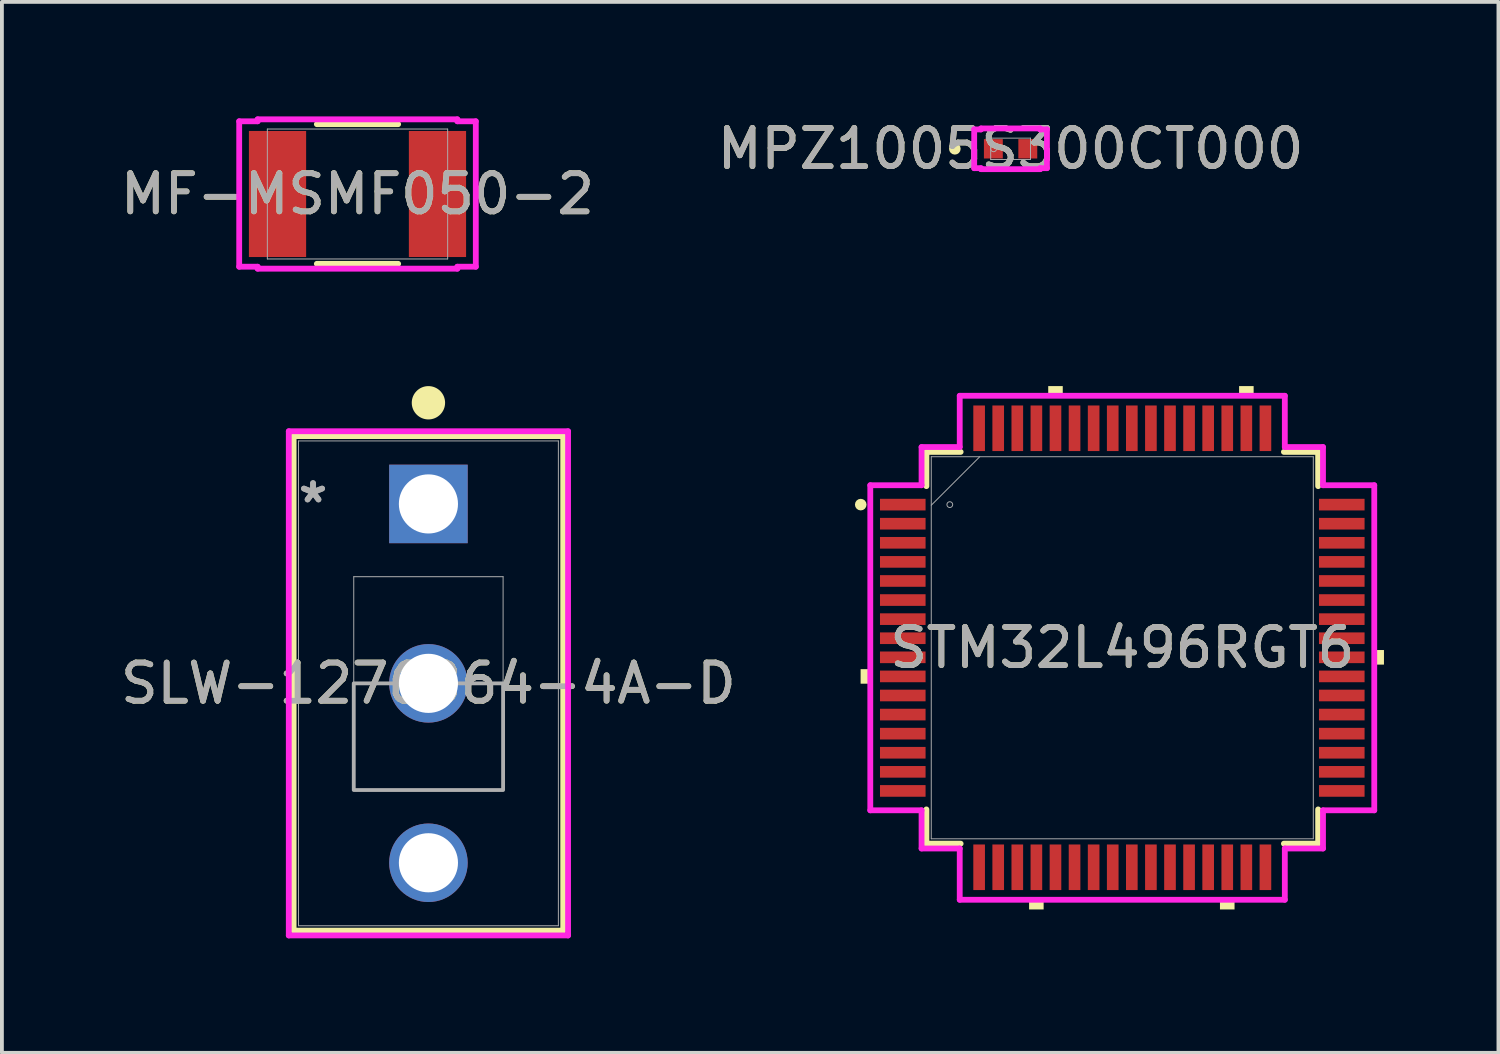
<source format=kicad_pcb>
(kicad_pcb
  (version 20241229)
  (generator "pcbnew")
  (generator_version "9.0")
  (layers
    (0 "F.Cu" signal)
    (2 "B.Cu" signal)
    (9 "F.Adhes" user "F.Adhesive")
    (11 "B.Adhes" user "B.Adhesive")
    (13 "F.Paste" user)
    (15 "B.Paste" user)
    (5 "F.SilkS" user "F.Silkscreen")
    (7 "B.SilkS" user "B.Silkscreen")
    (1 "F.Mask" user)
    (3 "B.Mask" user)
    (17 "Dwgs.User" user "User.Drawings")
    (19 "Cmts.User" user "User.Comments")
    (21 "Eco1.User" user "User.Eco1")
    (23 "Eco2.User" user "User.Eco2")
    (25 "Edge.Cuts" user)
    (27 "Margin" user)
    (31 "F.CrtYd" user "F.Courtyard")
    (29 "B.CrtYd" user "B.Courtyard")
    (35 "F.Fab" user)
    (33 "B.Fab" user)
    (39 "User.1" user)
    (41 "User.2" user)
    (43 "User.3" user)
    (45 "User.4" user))
  (footprint "STM32L496RGT6"
    (layer "F.Cu")
    (at 26.349 13.919)
    (property "Reference" "STM32L496RGT6" (at 0 0 0) (unlocked yes) (layer "F.SilkS") (effects (font (size 1 1) (thickness 0.15))))
    (attr smd)
    (fp_line (start -5.131 -5.131) (end -5.131 -4.234) (stroke (width 0.152) (type solid)) (layer "F.SilkS"))
    (fp_line (start -5.131 4.234) (end -5.131 5.131) (stroke (width 0.152) (type solid)) (layer "F.SilkS"))
    (fp_line (start -5.131 5.131) (end -4.234 5.131) (stroke (width 0.152) (type solid)) (layer "F.SilkS"))
    (fp_line (start -4.234 -5.131) (end -5.131 -5.131) (stroke (width 0.152) (type solid)) (layer "F.SilkS"))
    (fp_line (start 4.234 5.131) (end 5.131 5.131) (stroke (width 0.152) (type solid)) (layer "F.SilkS"))
    (fp_line (start 5.131 -5.131) (end 4.234 -5.131) (stroke (width 0.152) (type solid)) (layer "F.SilkS"))
    (fp_line (start 5.131 -4.234) (end 5.131 -5.131) (stroke (width 0.152) (type solid)) (layer "F.SilkS"))
    (fp_line (start 5.131 5.131) (end 5.131 4.234) (stroke (width 0.152) (type solid)) (layer "F.SilkS"))
    (fp_circle (center -6.851 -3.75) (end -6.775 -3.75) (stroke (width 0.152) (type solid)) (fill no) (layer "F.SilkS"))
    (fp_poly (pts (xy -6.855 0.56) (xy -6.855 0.941) (xy -6.601 0.941) (xy -6.601 0.56)) (stroke (width 0) (type solid)) (fill yes) (layer "F.SilkS"))
    (fp_poly (pts (xy -2.441 6.601) (xy -2.441 6.855) (xy -2.06 6.855) (xy -2.06 6.601)) (stroke (width 0) (type solid)) (fill yes) (layer "F.SilkS"))
    (fp_poly (pts (xy -1.94 -6.601) (xy -1.94 -6.855) (xy -1.559 -6.855) (xy -1.559 -6.601)) (stroke (width 0) (type solid)) (fill yes) (layer "F.SilkS"))
    (fp_poly (pts (xy 2.559 6.601) (xy 2.559 6.855) (xy 2.941 6.855) (xy 2.941 6.601)) (stroke (width 0) (type solid)) (fill yes) (layer "F.SilkS"))
    (fp_poly (pts (xy 3.06 -6.601) (xy 3.06 -6.855) (xy 3.441 -6.855) (xy 3.441 -6.601)) (stroke (width 0) (type solid)) (fill yes) (layer "F.SilkS"))
    (fp_poly (pts (xy 6.855 0.059) (xy 6.855 0.441) (xy 6.601 0.441) (xy 6.601 0.059)) (stroke (width 0) (type solid)) (fill yes) (layer "F.SilkS"))
    (fp_line (start -6.601 -4.258) (end -5.258 -4.258) (stroke (width 0.152) (type solid)) (layer "F.CrtYd"))
    (fp_line (start -6.601 4.258) (end -6.601 -4.258) (stroke (width 0.152) (type solid)) (layer "F.CrtYd"))
    (fp_line (start -5.258 -5.258) (end -4.258 -5.258) (stroke (width 0.152) (type solid)) (layer "F.CrtYd"))
    (fp_line (start -5.258 -4.258) (end -5.258 -5.258) (stroke (width 0.152) (type solid)) (layer "F.CrtYd"))
    (fp_line (start -5.258 4.258) (end -6.601 4.258) (stroke (width 0.152) (type solid)) (layer "F.CrtYd"))
    (fp_line (start -5.258 5.258) (end -5.258 4.258) (stroke (width 0.152) (type solid)) (layer "F.CrtYd"))
    (fp_line (start -4.258 -6.601) (end 4.258 -6.601) (stroke (width 0.152) (type solid)) (layer "F.CrtYd"))
    (fp_line (start -4.258 -5.258) (end -4.258 -6.601) (stroke (width 0.152) (type solid)) (layer "F.CrtYd"))
    (fp_line (start -4.258 5.258) (end -5.258 5.258) (stroke (width 0.152) (type solid)) (layer "F.CrtYd"))
    (fp_line (start -4.258 6.601) (end -4.258 5.258) (stroke (width 0.152) (type solid)) (layer "F.CrtYd"))
    (fp_line (start 4.258 -6.601) (end 4.258 -5.258) (stroke (width 0.152) (type solid)) (layer "F.CrtYd"))
    (fp_line (start 4.258 -5.258) (end 5.258 -5.258) (stroke (width 0.152) (type solid)) (layer "F.CrtYd"))
    (fp_line (start 4.258 5.258) (end 4.258 6.601) (stroke (width 0.152) (type solid)) (layer "F.CrtYd"))
    (fp_line (start 4.258 6.601) (end -4.258 6.601) (stroke (width 0.152) (type solid)) (layer "F.CrtYd"))
    (fp_line (start 5.258 -5.258) (end 5.258 -4.258) (stroke (width 0.152) (type solid)) (layer "F.CrtYd"))
    (fp_line (start 5.258 -4.258) (end 6.601 -4.258) (stroke (width 0.152) (type solid)) (layer "F.CrtYd"))
    (fp_line (start 5.258 4.258) (end 5.258 5.258) (stroke (width 0.152) (type solid)) (layer "F.CrtYd"))
    (fp_line (start 5.258 5.258) (end 4.258 5.258) (stroke (width 0.152) (type solid)) (layer "F.CrtYd"))
    (fp_line (start 6.601 -4.258) (end 6.601 4.258) (stroke (width 0.152) (type solid)) (layer "F.CrtYd"))
    (fp_line (start 6.601 4.258) (end 5.258 4.258) (stroke (width 0.152) (type solid)) (layer "F.CrtYd"))
    (fp_line (start -5.004 -5.004) (end -5.004 5.004) (stroke (width 0.025) (type solid)) (layer "F.Fab"))
    (fp_line (start -5.004 -3.734) (end -3.734 -5.004) (stroke (width 0.025) (type solid)) (layer "F.Fab"))
    (fp_line (start -5.004 5.004) (end 5.004 5.004) (stroke (width 0.025) (type solid)) (layer "F.Fab"))
    (fp_line (start 5.004 -5.004) (end -5.004 -5.004) (stroke (width 0.025) (type solid)) (layer "F.Fab"))
    (fp_line (start 5.004 5.004) (end 5.004 -5.004) (stroke (width 0.025) (type solid)) (layer "F.Fab"))
    (fp_circle (center -4.518 -3.75) (end -4.442 -3.75) (stroke (width 0.025) (type solid)) (fill no) (layer "F.Fab"))
    (fp_text user "${REFERENCE}" (at 0 0 0) (unlocked yes) (layer "F.Fab") (effects (font (size 1 1) (thickness 0.15))))
    (pad "1" smd rect (at -5.75 -3.75) (size 1.194 0.305) (layers "F.Cu" "F.Mask" "F.Paste"))
    (pad "2" smd rect (at -5.75 -3.25) (size 1.194 0.305) (layers "F.Cu" "F.Mask" "F.Paste"))
    (pad "3" smd rect (at -5.75 -2.75) (size 1.194 0.305) (layers "F.Cu" "F.Mask" "F.Paste"))
    (pad "4" smd rect (at -5.75 -2.25) (size 1.194 0.305) (layers "F.Cu" "F.Mask" "F.Paste"))
    (pad "5" smd rect (at -5.75 -1.75) (size 1.194 0.305) (layers "F.Cu" "F.Mask" "F.Paste"))
    (pad "6" smd rect (at -5.75 -1.25) (size 1.194 0.305) (layers "F.Cu" "F.Mask" "F.Paste"))
    (pad "7" smd rect (at -5.75 -0.75) (size 1.194 0.305) (layers "F.Cu" "F.Mask" "F.Paste"))
    (pad "8" smd rect (at -5.75 -0.25) (size 1.194 0.305) (layers "F.Cu" "F.Mask" "F.Paste"))
    (pad "9" smd rect (at -5.75 0.25) (size 1.194 0.305) (layers "F.Cu" "F.Mask" "F.Paste"))
    (pad "10" smd rect (at -5.75 0.75) (size 1.194 0.305) (layers "F.Cu" "F.Mask" "F.Paste"))
    (pad "11" smd rect (at -5.75 1.25) (size 1.194 0.305) (layers "F.Cu" "F.Mask" "F.Paste"))
    (pad "12" smd rect (at -5.75 1.75) (size 1.194 0.305) (layers "F.Cu" "F.Mask" "F.Paste"))
    (pad "13" smd rect (at -5.75 2.25) (size 1.194 0.305) (layers "F.Cu" "F.Mask" "F.Paste"))
    (pad "14" smd rect (at -5.75 2.75) (size 1.194 0.305) (layers "F.Cu" "F.Mask" "F.Paste"))
    (pad "15" smd rect (at -5.75 3.25) (size 1.194 0.305) (layers "F.Cu" "F.Mask" "F.Paste"))
    (pad "16" smd rect (at -5.75 3.75) (size 1.194 0.305) (layers "F.Cu" "F.Mask" "F.Paste"))
    (pad "17" smd rect (at -3.75 5.75 90) (size 1.194 0.305) (layers "F.Cu" "F.Mask" "F.Paste"))
    (pad "18" smd rect (at -3.25 5.75 90) (size 1.194 0.305) (layers "F.Cu" "F.Mask" "F.Paste"))
    (pad "19" smd rect (at -2.75 5.75 90) (size 1.194 0.305) (layers "F.Cu" "F.Mask" "F.Paste"))
    (pad "20" smd rect (at -2.25 5.75 90) (size 1.194 0.305) (layers "F.Cu" "F.Mask" "F.Paste"))
    (pad "21" smd rect (at -1.75 5.75 90) (size 1.194 0.305) (layers "F.Cu" "F.Mask" "F.Paste"))
    (pad "22" smd rect (at -1.25 5.75 90) (size 1.194 0.305) (layers "F.Cu" "F.Mask" "F.Paste"))
    (pad "23" smd rect (at -0.75 5.75 90) (size 1.194 0.305) (layers "F.Cu" "F.Mask" "F.Paste"))
    (pad "24" smd rect (at -0.25 5.75 90) (size 1.194 0.305) (layers "F.Cu" "F.Mask" "F.Paste"))
    (pad "25" smd rect (at 0.25 5.75 90) (size 1.194 0.305) (layers "F.Cu" "F.Mask" "F.Paste"))
    (pad "26" smd rect (at 0.75 5.75 90) (size 1.194 0.305) (layers "F.Cu" "F.Mask" "F.Paste"))
    (pad "27" smd rect (at 1.25 5.75 90) (size 1.194 0.305) (layers "F.Cu" "F.Mask" "F.Paste"))
    (pad "28" smd rect (at 1.75 5.75 90) (size 1.194 0.305) (layers "F.Cu" "F.Mask" "F.Paste"))
    (pad "29" smd rect (at 2.25 5.75 90) (size 1.194 0.305) (layers "F.Cu" "F.Mask" "F.Paste"))
    (pad "30" smd rect (at 2.75 5.75 90) (size 1.194 0.305) (layers "F.Cu" "F.Mask" "F.Paste"))
    (pad "31" smd rect (at 3.25 5.75 90) (size 1.194 0.305) (layers "F.Cu" "F.Mask" "F.Paste"))
    (pad "32" smd rect (at 3.75 5.75 90) (size 1.194 0.305) (layers "F.Cu" "F.Mask" "F.Paste"))
    (pad "33" smd rect (at 5.75 3.75) (size 1.194 0.305) (layers "F.Cu" "F.Mask" "F.Paste"))
    (pad "34" smd rect (at 5.75 3.25) (size 1.194 0.305) (layers "F.Cu" "F.Mask" "F.Paste"))
    (pad "35" smd rect (at 5.75 2.75) (size 1.194 0.305) (layers "F.Cu" "F.Mask" "F.Paste"))
    (pad "36" smd rect (at 5.75 2.25) (size 1.194 0.305) (layers "F.Cu" "F.Mask" "F.Paste"))
    (pad "37" smd rect (at 5.75 1.75) (size 1.194 0.305) (layers "F.Cu" "F.Mask" "F.Paste"))
    (pad "38" smd rect (at 5.75 1.25) (size 1.194 0.305) (layers "F.Cu" "F.Mask" "F.Paste"))
    (pad "39" smd rect (at 5.75 0.75) (size 1.194 0.305) (layers "F.Cu" "F.Mask" "F.Paste"))
    (pad "40" smd rect (at 5.75 0.25) (size 1.194 0.305) (layers "F.Cu" "F.Mask" "F.Paste"))
    (pad "41" smd rect (at 5.75 -0.25) (size 1.194 0.305) (layers "F.Cu" "F.Mask" "F.Paste"))
    (pad "42" smd rect (at 5.75 -0.75) (size 1.194 0.305) (layers "F.Cu" "F.Mask" "F.Paste"))
    (pad "43" smd rect (at 5.75 -1.25) (size 1.194 0.305) (layers "F.Cu" "F.Mask" "F.Paste"))
    (pad "44" smd rect (at 5.75 -1.75) (size 1.194 0.305) (layers "F.Cu" "F.Mask" "F.Paste"))
    (pad "45" smd rect (at 5.75 -2.25) (size 1.194 0.305) (layers "F.Cu" "F.Mask" "F.Paste"))
    (pad "46" smd rect (at 5.75 -2.75) (size 1.194 0.305) (layers "F.Cu" "F.Mask" "F.Paste"))
    (pad "47" smd rect (at 5.75 -3.25) (size 1.194 0.305) (layers "F.Cu" "F.Mask" "F.Paste"))
    (pad "48" smd rect (at 5.75 -3.75) (size 1.194 0.305) (layers "F.Cu" "F.Mask" "F.Paste"))
    (pad "49" smd rect (at 3.75 -5.75 90) (size 1.194 0.305) (layers "F.Cu" "F.Mask" "F.Paste"))
    (pad "50" smd rect (at 3.25 -5.75 90) (size 1.194 0.305) (layers "F.Cu" "F.Mask" "F.Paste"))
    (pad "51" smd rect (at 2.75 -5.75 90) (size 1.194 0.305) (layers "F.Cu" "F.Mask" "F.Paste"))
    (pad "52" smd rect (at 2.25 -5.75 90) (size 1.194 0.305) (layers "F.Cu" "F.Mask" "F.Paste"))
    (pad "53" smd rect (at 1.75 -5.75 90) (size 1.194 0.305) (layers "F.Cu" "F.Mask" "F.Paste"))
    (pad "54" smd rect (at 1.25 -5.75 90) (size 1.194 0.305) (layers "F.Cu" "F.Mask" "F.Paste"))
    (pad "55" smd rect (at 0.75 -5.75 90) (size 1.194 0.305) (layers "F.Cu" "F.Mask" "F.Paste"))
    (pad "56" smd rect (at 0.25 -5.75 90) (size 1.194 0.305) (layers "F.Cu" "F.Mask" "F.Paste"))
    (pad "57" smd rect (at -0.25 -5.75 90) (size 1.194 0.305) (layers "F.Cu" "F.Mask" "F.Paste"))
    (pad "58" smd rect (at -0.75 -5.75 90) (size 1.194 0.305) (layers "F.Cu" "F.Mask" "F.Paste"))
    (pad "59" smd rect (at -1.25 -5.75 90) (size 1.194 0.305) (layers "F.Cu" "F.Mask" "F.Paste"))
    (pad "60" smd rect (at -1.75 -5.75 90) (size 1.194 0.305) (layers "F.Cu" "F.Mask" "F.Paste"))
    (pad "61" smd rect (at -2.25 -5.75 90) (size 1.194 0.305) (layers "F.Cu" "F.Mask" "F.Paste"))
    (pad "62" smd rect (at -2.75 -5.75 90) (size 1.194 0.305) (layers "F.Cu" "F.Mask" "F.Paste"))
    (pad "63" smd rect (at -3.25 -5.75 90) (size 1.194 0.305) (layers "F.Cu" "F.Mask" "F.Paste"))
    (pad "64" smd rect (at -3.75 -5.75 90) (size 1.194 0.305) (layers "F.Cu" "F.Mask" "F.Paste")))
  (footprint "MF-MSMF050-2"
    (layer "F.Cu")
    (at 6.315 2.032)
    (property "Reference" "MF-MSMF050-2" (at 0 0 0) (unlocked yes) (layer "F.SilkS") (effects (font (size 1 1) (thickness 0.15))))
    (attr smd)
    (fp_line (start -1.065 1.829) (end 1.065 1.829) (stroke (width 0.152) (type solid)) (layer "F.SilkS"))
    (fp_line (start 1.065 -1.829) (end -1.065 -1.829) (stroke (width 0.152) (type solid)) (layer "F.SilkS"))
    (fp_line (start -3.099 -1.905) (end -2.616 -1.905) (stroke (width 0.152) (type solid)) (layer "F.CrtYd"))
    (fp_line (start -3.099 1.905) (end -3.099 -1.905) (stroke (width 0.152) (type solid)) (layer "F.CrtYd"))
    (fp_line (start -2.616 -1.956) (end 2.616 -1.956) (stroke (width 0.152) (type solid)) (layer "F.CrtYd"))
    (fp_line (start -2.616 -1.905) (end -2.616 -1.956) (stroke (width 0.152) (type solid)) (layer "F.CrtYd"))
    (fp_line (start -2.616 1.905) (end -3.099 1.905) (stroke (width 0.152) (type solid)) (layer "F.CrtYd"))
    (fp_line (start -2.616 1.956) (end -2.616 1.905) (stroke (width 0.152) (type solid)) (layer "F.CrtYd"))
    (fp_line (start 2.616 -1.956) (end 2.616 -1.905) (stroke (width 0.152) (type solid)) (layer "F.CrtYd"))
    (fp_line (start 2.616 -1.905) (end 3.099 -1.905) (stroke (width 0.152) (type solid)) (layer "F.CrtYd"))
    (fp_line (start 2.616 1.905) (end 2.616 1.956) (stroke (width 0.152) (type solid)) (layer "F.CrtYd"))
    (fp_line (start 2.616 1.956) (end -2.616 1.956) (stroke (width 0.152) (type solid)) (layer "F.CrtYd"))
    (fp_line (start 3.099 -1.905) (end 3.099 1.905) (stroke (width 0.152) (type solid)) (layer "F.CrtYd"))
    (fp_line (start 3.099 1.905) (end 2.616 1.905) (stroke (width 0.152) (type solid)) (layer "F.CrtYd"))
    (fp_line (start -2.362 -1.702) (end -2.362 1.702) (stroke (width 0.025) (type solid)) (layer "F.Fab"))
    (fp_line (start -2.362 1.702) (end 2.362 1.702) (stroke (width 0.025) (type solid)) (layer "F.Fab"))
    (fp_line (start 2.362 -1.702) (end -2.362 -1.702) (stroke (width 0.025) (type solid)) (layer "F.Fab"))
    (fp_line (start 2.362 1.702) (end 2.362 -1.702) (stroke (width 0.025) (type solid)) (layer "F.Fab"))
    (fp_circle (center -2.286 0) (end -2.286 0) (stroke (width 0.025) (type solid)) (fill no) (layer "F.Fab"))
    (fp_text user "${REFERENCE}" (at 0 0 0) (unlocked yes) (layer "F.Fab") (effects (font (size 1 1) (thickness 0.15))))
    (pad "1" smd rect (at -2.095 0) (size 1.499 3.302) (layers "F.Cu" "F.Mask" "F.Paste"))
    (pad "2" smd rect (at 2.095 0) (size 1.499 3.302) (layers "F.Cu" "F.Mask" "F.Paste"))
    (zone (net_name "") (layer "F.Cu") (hatch full 0.508) (connect_pads) (min_thickness 0.254) (filled_areas_thickness no) (keepout (tracks not_allowed) (vias not_allowed) (pads allowed) (copperpour not_allowed) (footprints allowed)) (placement (enabled no)) (fill) (polygon (pts (xy 5.02 0.381) (xy 7.611 0.381) (xy 7.611 3.683) (xy 5.02 3.683)))))
  (footprint "MPZ1005S300CT000"
    (layer "F.Cu")
    (at 23.423 0.848)
    (property "Reference" "MPZ1005S300CT000" (at 0 0 0) (unlocked yes) (layer "F.SilkS") (effects (font (size 1 1) (thickness 0.15))))
    (attr smd)
    (fp_circle (center -1.46 0) (end -1.384 0) (stroke (width 0.152) (type solid)) (fill no) (layer "F.SilkS"))
    (fp_line (start -0.953 -0.508) (end -0.775 -0.508) (stroke (width 0.152) (type solid)) (layer "F.CrtYd"))
    (fp_line (start -0.953 0.508) (end -0.953 -0.508) (stroke (width 0.152) (type solid)) (layer "F.CrtYd"))
    (fp_line (start -0.775 -0.533) (end 0.775 -0.533) (stroke (width 0.152) (type solid)) (layer "F.CrtYd"))
    (fp_line (start -0.775 -0.508) (end -0.775 -0.533) (stroke (width 0.152) (type solid)) (layer "F.CrtYd"))
    (fp_line (start -0.775 0.508) (end -0.953 0.508) (stroke (width 0.152) (type solid)) (layer "F.CrtYd"))
    (fp_line (start -0.775 0.533) (end -0.775 0.508) (stroke (width 0.152) (type solid)) (layer "F.CrtYd"))
    (fp_line (start 0.775 -0.533) (end 0.775 -0.508) (stroke (width 0.152) (type solid)) (layer "F.CrtYd"))
    (fp_line (start 0.775 -0.508) (end 0.953 -0.508) (stroke (width 0.152) (type solid)) (layer "F.CrtYd"))
    (fp_line (start 0.775 0.508) (end 0.775 0.533) (stroke (width 0.152) (type solid)) (layer "F.CrtYd"))
    (fp_line (start 0.775 0.533) (end -0.775 0.533) (stroke (width 0.152) (type solid)) (layer "F.CrtYd"))
    (fp_line (start 0.953 -0.508) (end 0.953 0.508) (stroke (width 0.152) (type solid)) (layer "F.CrtYd"))
    (fp_line (start 0.953 0.508) (end 0.775 0.508) (stroke (width 0.152) (type solid)) (layer "F.CrtYd"))
    (fp_line (start -0.521 -0.279) (end -0.521 0.279) (stroke (width 0.025) (type solid)) (layer "F.Fab"))
    (fp_line (start -0.521 0.279) (end 0.521 0.279) (stroke (width 0.025) (type solid)) (layer "F.Fab"))
    (fp_line (start 0.521 -0.279) (end -0.521 -0.279) (stroke (width 0.025) (type solid)) (layer "F.Fab"))
    (fp_line (start 0.521 0.279) (end 0.521 -0.279) (stroke (width 0.025) (type solid)) (layer "F.Fab"))
    (fp_circle (center -0.445 0) (end -0.368 0) (stroke (width 0.025) (type solid)) (fill no) (layer "F.Fab"))
    (fp_text user "${REFERENCE}" (at 0 0 0) (unlocked yes) (layer "F.Fab") (effects (font (size 1 1) (thickness 0.15))))
    (pad "1" smd rect (at -0.451 0) (size 0.495 0.508) (layers "F.Cu" "F.Mask" "F.Paste"))
    (pad "2" smd rect (at 0.451 0) (size 0.495 0.508) (layers "F.Cu" "F.Mask" "F.Paste"))
    (zone (net_name "") (layer "F.Cu") (hatch full 0.508) (connect_pads) (min_thickness 0.254) (filled_areas_thickness no) (keepout (tracks not_allowed) (vias not_allowed) (pads allowed) (copperpour not_allowed) (footprints allowed)) (placement (enabled no)) (fill) (polygon (pts (xy 23.27 0.62) (xy 23.575 0.62) (xy 23.575 1.077) (xy 23.27 1.077)))))
  (footprint "SLW-1276864-4A-D"
    (layer "F.Cu")
    (at 8.173 10.151)
    (property "Reference" "SLW-1276864-4A-D" (at 0 4.7 0) (unlocked yes) (layer "F.SilkS") (effects (font (size 1 1) (thickness 0.15))))
    (attr through_hole)
    (fp_line (start -3.531 -1.777) (end -3.531 11.177) (stroke (width 0.152) (type solid)) (layer "F.SilkS"))
    (fp_line (start -3.531 11.177) (end 3.531 11.177) (stroke (width 0.152) (type solid)) (layer "F.SilkS"))
    (fp_line (start 3.531 -1.777) (end -3.531 -1.777) (stroke (width 0.152) (type solid)) (layer "F.SilkS"))
    (fp_line (start 3.531 11.177) (end 3.531 -1.777) (stroke (width 0.152) (type solid)) (layer "F.SilkS"))
    (fp_circle (center 0 -2.65) (end 0.3 -2.85) (stroke (width 0.152) (type solid)) (fill yes) (layer "F.SilkS"))
    (fp_line (start -3.658 -1.904) (end -3.658 11.304) (stroke (width 0.152) (type solid)) (layer "F.CrtYd"))
    (fp_line (start -3.658 11.304) (end 3.658 11.304) (stroke (width 0.152) (type solid)) (layer "F.CrtYd"))
    (fp_line (start 3.658 -1.904) (end -3.658 -1.904) (stroke (width 0.152) (type solid)) (layer "F.CrtYd"))
    (fp_line (start 3.658 11.304) (end 3.658 -1.904) (stroke (width 0.152) (type solid)) (layer "F.CrtYd"))
    (fp_line (start -3.404 -1.65) (end -3.404 11.05) (stroke (width 0.025) (type solid)) (layer "F.Fab"))
    (fp_line (start -3.404 11.05) (end 3.404 11.05) (stroke (width 0.025) (type solid)) (layer "F.Fab"))
    (fp_line (start -1.956 1.906) (end 1.956 1.906) (stroke (width 0.025) (type solid)) (layer "F.Fab"))
    (fp_line (start -1.956 7.494) (end -1.956 1.906) (stroke (width 0.025) (type solid)) (layer "F.Fab"))
    (fp_line (start 1.956 1.906) (end 1.956 7.494) (stroke (width 0.025) (type solid)) (layer "F.Fab"))
    (fp_line (start 1.956 7.494) (end -1.956 7.494) (stroke (width 0.025) (type solid)) (layer "F.Fab"))
    (fp_line (start 3.404 -1.65) (end -3.404 -1.65) (stroke (width 0.025) (type solid)) (layer "F.Fab"))
    (fp_line (start 3.404 11.05) (end 3.404 -1.65) (stroke (width 0.025) (type solid)) (layer "F.Fab"))
    (fp_poly (pts (xy -1.956 7.494) (xy -1.956 4.7) (xy 1.956 4.7) (xy 1.956 7.494)) (stroke (width 0.1) (type solid)) (fill no) (layer "F.Fab"))
    (fp_text user "${REFERENCE}" (at 0 4.7 0) (unlocked yes) (layer "F.Fab") (effects (font (size 1 1) (thickness 0.15))))
    (fp_text user "*" (at -3.023 0 0) (unlocked yes) (layer "F.Fab") (effects (font (size 1 1) (thickness 0.15))))
    (fp_text user "*" (at -3.023 0 0) (layer "F.Fab") (effects (font (size 1 1) (thickness 0.15))))
    (pad "1" thru_hole rect (at 0 0) (size 2.057 2.057) (drill 1.549) (layers "*.Cu" "*.Mask"))
    (pad "2" thru_hole circle (at 0 4.7) (size 2.057 2.057) (drill 1.549) (layers "*.Cu" "*.Mask"))
    (pad "3" thru_hole circle (at 0 9.4) (size 2.057 2.057) (drill 1.549) (layers "*.Cu" "*.Mask")))
  (gr_rect
    (start -3 -3)
    (end 36.203 24.531)
    (stroke (width 0.1) (type default))
    (fill no)
    (layer "Edge.Cuts")))
</source>
